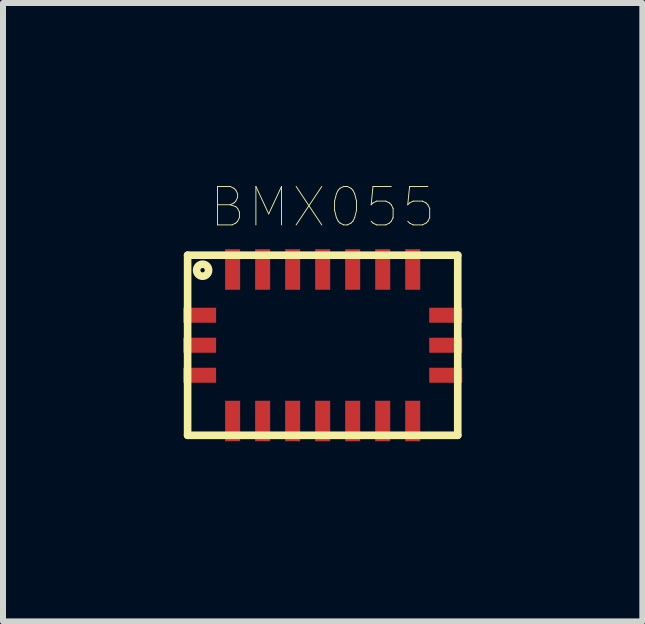
<source format=kicad_pcb>
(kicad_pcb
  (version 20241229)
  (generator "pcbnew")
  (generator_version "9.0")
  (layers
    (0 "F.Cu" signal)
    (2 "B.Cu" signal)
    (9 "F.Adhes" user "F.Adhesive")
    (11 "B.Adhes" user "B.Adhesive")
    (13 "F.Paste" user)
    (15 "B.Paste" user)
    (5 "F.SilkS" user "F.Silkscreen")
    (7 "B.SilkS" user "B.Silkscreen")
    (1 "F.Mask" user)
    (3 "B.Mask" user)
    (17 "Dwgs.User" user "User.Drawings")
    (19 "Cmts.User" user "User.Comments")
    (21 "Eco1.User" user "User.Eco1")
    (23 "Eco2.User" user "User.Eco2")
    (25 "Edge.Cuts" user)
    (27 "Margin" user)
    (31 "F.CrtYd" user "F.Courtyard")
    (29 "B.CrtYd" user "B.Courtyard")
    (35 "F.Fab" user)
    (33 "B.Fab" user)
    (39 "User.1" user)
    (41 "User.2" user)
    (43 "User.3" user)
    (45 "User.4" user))
  (footprint "BMX055"
    (layer "F.Cu")
    (at 2.325 2.701)
    (property "Reference" "BMX055" (at 0 -2.3 0) (layer "F.SilkS") (effects (font (size 0.64 0.64) (thickness 0.015))))
    (attr through_hole)
    (fp_line (start -2.25 -1.5) (end 2.25 -1.5) (stroke (width 0.127) (type solid)) (layer "F.SilkS"))
    (fp_line (start -2.25 1.5) (end -2.25 -1.5) (stroke (width 0.127) (type solid)) (layer "F.SilkS"))
    (fp_line (start 2.25 -1.5) (end 2.25 1.5) (stroke (width 0.127) (type solid)) (layer "F.SilkS"))
    (fp_line (start 2.25 1.5) (end -2.25 1.5) (stroke (width 0.127) (type solid)) (layer "F.SilkS"))
    (fp_circle (center -2 -1.25) (end -1.9 -1.25) (stroke (width 0.127) (type solid)) (fill no) (layer "F.SilkS"))
    (pad "1" smd rect (at -1.5 -1.262) (size 0.25 0.675) (layers "F.Cu" "F.Mask" "F.Paste"))
    (pad "2" smd rect (at -1 -1.262) (size 0.25 0.675) (layers "F.Cu" "F.Mask" "F.Paste"))
    (pad "3" smd rect (at -0.5 -1.262) (size 0.25 0.675) (layers "F.Cu" "F.Mask" "F.Paste"))
    (pad "4" smd rect (at 0 -1.262) (size 0.25 0.675) (layers "F.Cu" "F.Mask" "F.Paste"))
    (pad "5" smd rect (at 0.5 -1.262) (size 0.25 0.675) (layers "F.Cu" "F.Mask" "F.Paste"))
    (pad "6" smd rect (at 1 -1.262) (size 0.25 0.675) (layers "F.Cu" "F.Mask" "F.Paste"))
    (pad "7" smd rect (at 1.5 -1.262) (size 0.25 0.675) (layers "F.Cu" "F.Mask" "F.Paste"))
    (pad "8" smd rect (at 2.05 -0.5) (size 0.55 0.25) (layers "F.Cu" "F.Mask" "F.Paste"))
    (pad "9" smd rect (at 2.05 0) (size 0.55 0.25) (layers "F.Cu" "F.Mask" "F.Paste"))
    (pad "10" smd rect (at 2.05 0.5) (size 0.55 0.25) (layers "F.Cu" "F.Mask" "F.Paste"))
    (pad "11" smd rect (at 1.5 1.262) (size 0.25 0.675) (layers "F.Cu" "F.Mask" "F.Paste"))
    (pad "12" smd rect (at 1 1.262) (size 0.25 0.675) (layers "F.Cu" "F.Mask" "F.Paste"))
    (pad "13" smd rect (at 0.5 1.262) (size 0.25 0.675) (layers "F.Cu" "F.Mask" "F.Paste"))
    (pad "14" smd rect (at 0 1.262) (size 0.25 0.675) (layers "F.Cu" "F.Mask" "F.Paste"))
    (pad "15" smd rect (at -0.5 1.262) (size 0.25 0.675) (layers "F.Cu" "F.Mask" "F.Paste"))
    (pad "16" smd rect (at -1 1.262) (size 0.25 0.675) (layers "F.Cu" "F.Mask" "F.Paste"))
    (pad "17" smd rect (at -1.5 1.262) (size 0.25 0.675) (layers "F.Cu" "F.Mask" "F.Paste"))
    (pad "18" smd rect (at -2.05 0.5) (size 0.55 0.25) (layers "F.Cu" "F.Mask" "F.Paste"))
    (pad "19" smd rect (at -2.05 0) (size 0.55 0.25) (layers "F.Cu" "F.Mask" "F.Paste"))
    (pad "20" smd rect (at -2.05 -0.5) (size 0.55 0.25) (layers "F.Cu" "F.Mask" "F.Paste")))
  (gr_rect
    (start -3 -3)
    (end 7.65 7.301)
    (stroke (width 0.1) (type default))
    (fill no)
    (layer "Edge.Cuts")))
</source>
